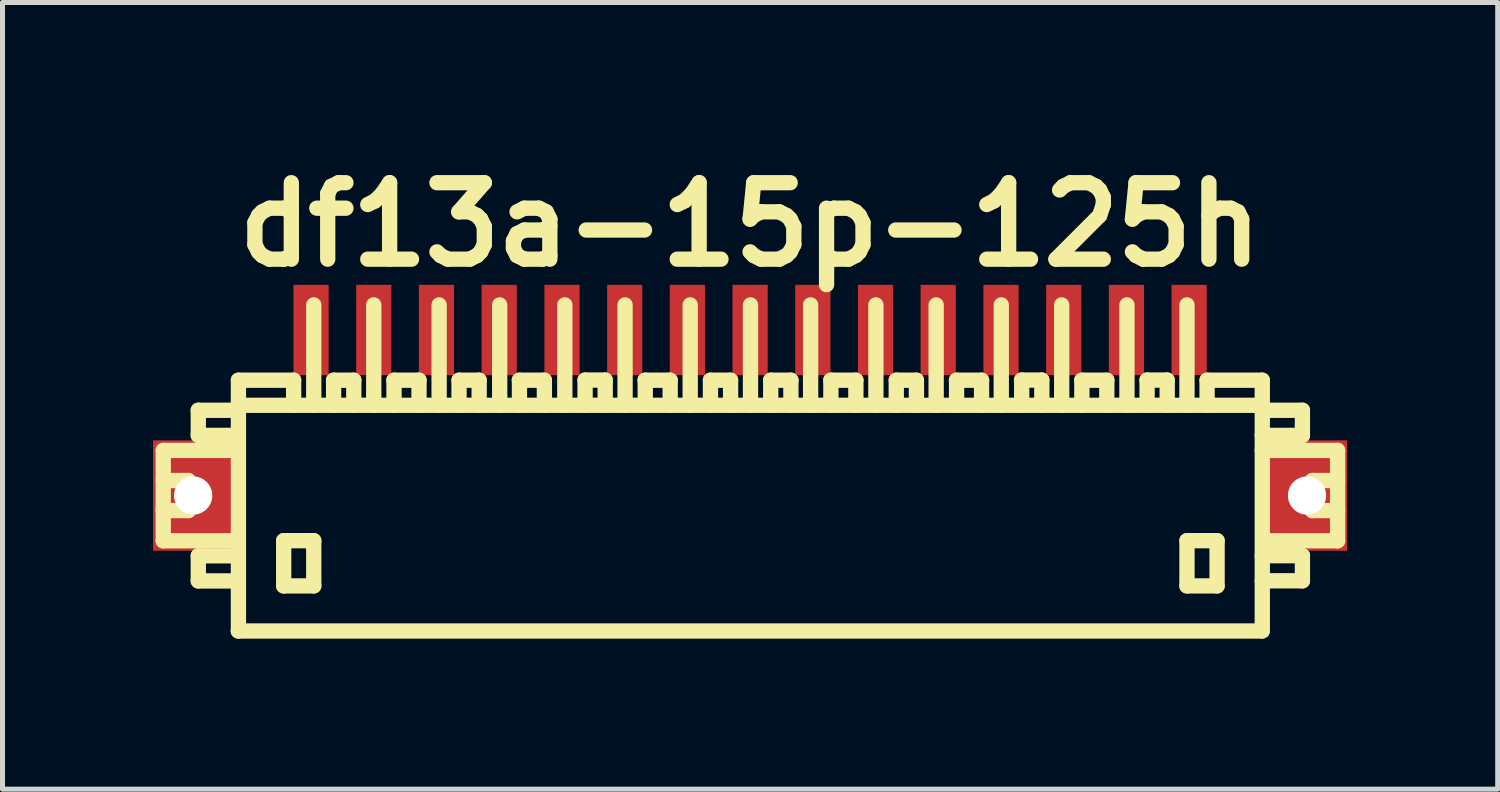
<source format=kicad_pcb>
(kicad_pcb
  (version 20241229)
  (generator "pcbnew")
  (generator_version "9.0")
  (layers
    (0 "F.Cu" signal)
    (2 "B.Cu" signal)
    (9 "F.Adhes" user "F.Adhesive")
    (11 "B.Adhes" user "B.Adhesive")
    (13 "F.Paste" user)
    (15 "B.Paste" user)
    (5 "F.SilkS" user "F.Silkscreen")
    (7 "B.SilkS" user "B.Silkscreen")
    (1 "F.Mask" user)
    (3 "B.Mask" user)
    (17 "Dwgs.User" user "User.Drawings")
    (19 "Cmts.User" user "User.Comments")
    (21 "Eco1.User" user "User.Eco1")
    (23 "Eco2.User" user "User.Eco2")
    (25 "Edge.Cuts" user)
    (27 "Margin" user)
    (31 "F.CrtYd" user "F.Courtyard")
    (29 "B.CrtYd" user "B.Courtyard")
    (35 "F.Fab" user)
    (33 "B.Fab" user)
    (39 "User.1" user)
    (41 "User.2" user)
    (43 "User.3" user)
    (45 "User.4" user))
  (footprint "df13a-15p-125h"
    (layer "F.Cu")
    (at 11.9 7.027)
    (property "Reference" "df13a-15p-125h" (at 0 -5.601 0) (layer "F.SilkS") (effects (font (size 1.524 1.524) (thickness 0.305))))
    (attr through_hole)
    (fp_line (start -11.697 -1.1) (end -11.697 0.701) (stroke (width 0.305) (type solid)) (layer "F.SilkS"))
    (fp_line (start -11.697 0.701) (end -10.198 0.701) (stroke (width 0.305) (type solid)) (layer "F.SilkS"))
    (fp_line (start -11.196 -0.5) (end -11.697 -0.5) (stroke (width 0.305) (type solid)) (layer "F.SilkS"))
    (fp_line (start -11.196 0.099) (end -11.697 0.099) (stroke (width 0.305) (type solid)) (layer "F.SilkS"))
    (fp_line (start -11.196 0.099) (end -11.196 -0.5) (stroke (width 0.305) (type solid)) (layer "F.SilkS"))
    (fp_line (start -10.998 -1.9) (end -10.998 -1.4) (stroke (width 0.305) (type solid)) (layer "F.SilkS"))
    (fp_line (start -10.998 -1.9) (end -10.198 -1.9) (stroke (width 0.305) (type solid)) (layer "F.SilkS"))
    (fp_line (start -10.998 1.001) (end -10.998 1.501) (stroke (width 0.305) (type solid)) (layer "F.SilkS"))
    (fp_line (start -10.998 1.501) (end -10.198 1.501) (stroke (width 0.305) (type solid)) (layer "F.SilkS"))
    (fp_line (start -10.201 -1.999) (end 10.201 -1.999) (stroke (width 0.305) (type solid)) (layer "F.SilkS"))
    (fp_line (start -10.198 -1.4) (end -10.998 -1.4) (stroke (width 0.305) (type solid)) (layer "F.SilkS"))
    (fp_line (start -10.198 -1.1) (end -11.697 -1.1) (stroke (width 0.305) (type solid)) (layer "F.SilkS"))
    (fp_line (start -10.198 1.001) (end -10.998 1.001) (stroke (width 0.305) (type solid)) (layer "F.SilkS"))
    (fp_line (start -10.198 2.499) (end -10.198 -2.499) (stroke (width 0.305) (type solid)) (layer "F.SilkS"))
    (fp_line (start -9.296 0.699) (end -9.296 1.6) (stroke (width 0.305) (type solid)) (layer "F.SilkS"))
    (fp_line (start -9.296 1.6) (end -8.697 1.6) (stroke (width 0.305) (type solid)) (layer "F.SilkS"))
    (fp_line (start -9.098 -2.499) (end -10.198 -2.499) (stroke (width 0.305) (type solid)) (layer "F.SilkS"))
    (fp_line (start -9.098 -2.499) (end -9.098 -1.999) (stroke (width 0.305) (type solid)) (layer "F.SilkS"))
    (fp_line (start -8.697 -4) (end -8.697 -1.999) (stroke (width 0.305) (type solid)) (layer "F.SilkS"))
    (fp_line (start -8.697 0.699) (end -9.296 0.699) (stroke (width 0.305) (type solid)) (layer "F.SilkS"))
    (fp_line (start -8.697 1.6) (end -8.697 0.699) (stroke (width 0.305) (type solid)) (layer "F.SilkS"))
    (fp_line (start -8.301 -2.499) (end -8.301 -1.999) (stroke (width 0.305) (type solid)) (layer "F.SilkS"))
    (fp_line (start -7.899 -2.499) (end -8.301 -2.499) (stroke (width 0.305) (type solid)) (layer "F.SilkS"))
    (fp_line (start -7.899 -2.499) (end -7.899 -1.999) (stroke (width 0.305) (type solid)) (layer "F.SilkS"))
    (fp_line (start -7.501 -1.999) (end -7.501 -4) (stroke (width 0.305) (type solid)) (layer "F.SilkS"))
    (fp_line (start -7.099 -2.499) (end -6.599 -2.499) (stroke (width 0.305) (type solid)) (layer "F.SilkS"))
    (fp_line (start -7.097 -1.999) (end -7.097 -2.499) (stroke (width 0.305) (type solid)) (layer "F.SilkS"))
    (fp_line (start -6.599 -2.499) (end -6.599 -1.999) (stroke (width 0.305) (type solid)) (layer "F.SilkS"))
    (fp_line (start -6.198 -1.999) (end -6.198 -4) (stroke (width 0.305) (type solid)) (layer "F.SilkS"))
    (fp_line (start -5.801 -2.499) (end -5.801 -1.999) (stroke (width 0.305) (type solid)) (layer "F.SilkS"))
    (fp_line (start -5.4 -2.499) (end -5.801 -2.499) (stroke (width 0.305) (type solid)) (layer "F.SilkS"))
    (fp_line (start -5.4 -2.499) (end -5.4 -1.999) (stroke (width 0.305) (type solid)) (layer "F.SilkS"))
    (fp_line (start -4.991 -1.999) (end -4.991 -4) (stroke (width 0.305) (type solid)) (layer "F.SilkS"))
    (fp_line (start -4.6 -2.499) (end -4.1 -2.499) (stroke (width 0.305) (type solid)) (layer "F.SilkS"))
    (fp_line (start -4.597 -1.999) (end -4.597 -2.499) (stroke (width 0.305) (type solid)) (layer "F.SilkS"))
    (fp_line (start -4.1 -2.499) (end -4.1 -1.999) (stroke (width 0.305) (type solid)) (layer "F.SilkS"))
    (fp_line (start -3.693 -1.999) (end -3.693 -4) (stroke (width 0.305) (type solid)) (layer "F.SilkS"))
    (fp_line (start -3.289 -2.502) (end -3.289 -2.002) (stroke (width 0.305) (type solid)) (layer "F.SilkS"))
    (fp_line (start -2.888 -2.502) (end -3.289 -2.502) (stroke (width 0.305) (type solid)) (layer "F.SilkS"))
    (fp_line (start -2.888 -2.502) (end -2.888 -2.002) (stroke (width 0.305) (type solid)) (layer "F.SilkS"))
    (fp_line (start -2.492 -1.999) (end -2.492 -4) (stroke (width 0.305) (type solid)) (layer "F.SilkS"))
    (fp_line (start -2.093 -2.499) (end -1.593 -2.499) (stroke (width 0.305) (type solid)) (layer "F.SilkS"))
    (fp_line (start -2.09 -1.999) (end -2.09 -2.499) (stroke (width 0.305) (type solid)) (layer "F.SilkS"))
    (fp_line (start -1.593 -2.499) (end -1.593 -1.999) (stroke (width 0.305) (type solid)) (layer "F.SilkS"))
    (fp_line (start -1.194 -1.999) (end -1.194 -4) (stroke (width 0.305) (type solid)) (layer "F.SilkS"))
    (fp_line (start -0.79 -2.499) (end -0.79 -1.999) (stroke (width 0.305) (type solid)) (layer "F.SilkS"))
    (fp_line (start -0.389 -2.499) (end -0.79 -2.499) (stroke (width 0.305) (type solid)) (layer "F.SilkS"))
    (fp_line (start -0.389 -2.499) (end -0.389 -1.999) (stroke (width 0.305) (type solid)) (layer "F.SilkS"))
    (fp_line (start 0.008 -1.999) (end 0.008 -4) (stroke (width 0.305) (type solid)) (layer "F.SilkS"))
    (fp_line (start 0.411 -2.499) (end 0.411 -1.999) (stroke (width 0.305) (type solid)) (layer "F.SilkS"))
    (fp_line (start 0.813 -2.499) (end 0.411 -2.499) (stroke (width 0.305) (type solid)) (layer "F.SilkS"))
    (fp_line (start 0.813 -2.499) (end 0.813 -1.999) (stroke (width 0.305) (type solid)) (layer "F.SilkS"))
    (fp_line (start 1.206 -1.999) (end 1.206 -4) (stroke (width 0.305) (type solid)) (layer "F.SilkS"))
    (fp_line (start 1.608 -2.499) (end 2.108 -2.499) (stroke (width 0.305) (type solid)) (layer "F.SilkS"))
    (fp_line (start 1.61 -1.999) (end 1.61 -2.499) (stroke (width 0.305) (type solid)) (layer "F.SilkS"))
    (fp_line (start 2.108 -2.499) (end 2.108 -1.999) (stroke (width 0.305) (type solid)) (layer "F.SilkS"))
    (fp_line (start 2.507 -1.999) (end 2.507 -4) (stroke (width 0.305) (type solid)) (layer "F.SilkS"))
    (fp_line (start 2.913 -2.499) (end 2.913 -1.999) (stroke (width 0.305) (type solid)) (layer "F.SilkS"))
    (fp_line (start 3.315 -2.499) (end 2.913 -2.499) (stroke (width 0.305) (type solid)) (layer "F.SilkS"))
    (fp_line (start 3.315 -2.499) (end 3.315 -1.999) (stroke (width 0.305) (type solid)) (layer "F.SilkS"))
    (fp_line (start 3.708 -1.999) (end 3.708 -4) (stroke (width 0.305) (type solid)) (layer "F.SilkS"))
    (fp_line (start 4.112 -2.499) (end 4.613 -2.499) (stroke (width 0.305) (type solid)) (layer "F.SilkS"))
    (fp_line (start 4.115 -1.999) (end 4.115 -2.499) (stroke (width 0.305) (type solid)) (layer "F.SilkS"))
    (fp_line (start 4.613 -2.499) (end 4.613 -1.999) (stroke (width 0.305) (type solid)) (layer "F.SilkS"))
    (fp_line (start 5.006 -1.999) (end 5.006 -4) (stroke (width 0.305) (type solid)) (layer "F.SilkS"))
    (fp_line (start 5.413 -2.502) (end 5.413 -2.002) (stroke (width 0.305) (type solid)) (layer "F.SilkS"))
    (fp_line (start 5.812 -2.502) (end 5.41 -2.502) (stroke (width 0.305) (type solid)) (layer "F.SilkS"))
    (fp_line (start 5.814 -2.502) (end 5.814 -2.002) (stroke (width 0.305) (type solid)) (layer "F.SilkS"))
    (fp_line (start 6.21 -1.999) (end 6.21 -4) (stroke (width 0.305) (type solid)) (layer "F.SilkS"))
    (fp_line (start 6.609 -2.499) (end 7.109 -2.499) (stroke (width 0.305) (type solid)) (layer "F.SilkS"))
    (fp_line (start 6.612 -1.999) (end 6.612 -2.499) (stroke (width 0.305) (type solid)) (layer "F.SilkS"))
    (fp_line (start 7.109 -2.499) (end 7.109 -1.999) (stroke (width 0.305) (type solid)) (layer "F.SilkS"))
    (fp_line (start 7.511 -1.999) (end 7.511 -4) (stroke (width 0.305) (type solid)) (layer "F.SilkS"))
    (fp_line (start 7.912 -2.502) (end 7.912 -2.002) (stroke (width 0.305) (type solid)) (layer "F.SilkS"))
    (fp_line (start 8.311 -2.502) (end 7.91 -2.502) (stroke (width 0.305) (type solid)) (layer "F.SilkS"))
    (fp_line (start 8.313 -2.502) (end 8.313 -2.002) (stroke (width 0.305) (type solid)) (layer "F.SilkS"))
    (fp_line (start 8.707 -1.999) (end 8.707 -4) (stroke (width 0.305) (type solid)) (layer "F.SilkS"))
    (fp_line (start 8.707 0.699) (end 9.307 0.699) (stroke (width 0.305) (type solid)) (layer "F.SilkS"))
    (fp_line (start 8.707 1.6) (end 8.707 0.699) (stroke (width 0.305) (type solid)) (layer "F.SilkS"))
    (fp_line (start 9.108 -2.499) (end 9.108 -1.999) (stroke (width 0.305) (type solid)) (layer "F.SilkS"))
    (fp_line (start 9.307 0.699) (end 9.307 1.6) (stroke (width 0.305) (type solid)) (layer "F.SilkS"))
    (fp_line (start 9.307 1.6) (end 8.707 1.6) (stroke (width 0.305) (type solid)) (layer "F.SilkS"))
    (fp_line (start 10.201 2.499) (end -10.201 2.499) (stroke (width 0.305) (type solid)) (layer "F.SilkS"))
    (fp_line (start 10.208 -2.499) (end 9.108 -2.499) (stroke (width 0.305) (type solid)) (layer "F.SilkS"))
    (fp_line (start 10.208 -2.499) (end 10.208 2.499) (stroke (width 0.305) (type solid)) (layer "F.SilkS"))
    (fp_line (start 10.208 -1.9) (end 11.008 -1.9) (stroke (width 0.305) (type solid)) (layer "F.SilkS"))
    (fp_line (start 10.208 0.998) (end 11.008 0.998) (stroke (width 0.305) (type solid)) (layer "F.SilkS"))
    (fp_line (start 11.008 -1.9) (end 11.008 -1.4) (stroke (width 0.305) (type solid)) (layer "F.SilkS"))
    (fp_line (start 11.008 -1.4) (end 10.208 -1.4) (stroke (width 0.305) (type solid)) (layer "F.SilkS"))
    (fp_line (start 11.008 0.998) (end 11.008 1.499) (stroke (width 0.305) (type solid)) (layer "F.SilkS"))
    (fp_line (start 11.008 1.499) (end 10.208 1.499) (stroke (width 0.305) (type solid)) (layer "F.SilkS"))
    (fp_line (start 11.209 0.099) (end 11.209 -0.5) (stroke (width 0.305) (type solid)) (layer "F.SilkS"))
    (fp_line (start 11.707 -1.1) (end 10.208 -1.1) (stroke (width 0.305) (type solid)) (layer "F.SilkS"))
    (fp_line (start 11.707 0.701) (end 10.307 0.701) (stroke (width 0.305) (type solid)) (layer "F.SilkS"))
    (fp_line (start 11.709 -1.1) (end 11.709 0.701) (stroke (width 0.305) (type solid)) (layer "F.SilkS"))
    (fp_line (start 11.709 -0.5) (end 11.209 -0.5) (stroke (width 0.305) (type solid)) (layer "F.SilkS"))
    (fp_line (start 11.709 0.099) (end 11.209 0.099) (stroke (width 0.305) (type solid)) (layer "F.SilkS"))
    (pad "" np_thru_hole rect (at -11.1 -0.201) (size 1.6 2.2) (drill 0.762) (layers "F.Cu" "F.Mask" "F.Paste"))
    (pad "" np_thru_hole rect (at 11.1 -0.201) (size 1.6 2.2) (drill 0.762) (layers "F.Cu" "F.Mask" "F.Paste"))
    (pad "1" smd rect (at 8.75 -3.5) (size 0.701 1.801) (layers "F.Cu" "F.Mask" "F.Paste"))
    (pad "2" smd rect (at 7.501 -3.5) (size 0.701 1.801) (layers "F.Cu" "F.Mask" "F.Paste"))
    (pad "3" smd rect (at 6.251 -3.5) (size 0.701 1.801) (layers "F.Cu" "F.Mask" "F.Paste"))
    (pad "4" smd rect (at 5.001 -3.5) (size 0.701 1.801) (layers "F.Cu" "F.Mask" "F.Paste"))
    (pad "5" smd rect (at 3.749 -3.5) (size 0.701 1.801) (layers "F.Cu" "F.Mask" "F.Paste"))
    (pad "6" smd rect (at 2.499 -3.5) (size 0.701 1.801) (layers "F.Cu" "F.Mask" "F.Paste"))
    (pad "7" smd rect (at 1.25 -3.5) (size 0.701 1.801) (layers "F.Cu" "F.Mask" "F.Paste"))
    (pad "8" smd rect (at 0 -3.5) (size 0.701 1.801) (layers "F.Cu" "F.Mask" "F.Paste"))
    (pad "9" smd rect (at -1.25 -3.5) (size 0.701 1.801) (layers "F.Cu" "F.Mask" "F.Paste"))
    (pad "10" smd rect (at -2.499 -3.5) (size 0.701 1.801) (layers "F.Cu" "F.Mask" "F.Paste"))
    (pad "11" smd rect (at -3.749 -3.5) (size 0.701 1.801) (layers "F.Cu" "F.Mask" "F.Paste"))
    (pad "12" smd rect (at -5.001 -3.5) (size 0.701 1.801) (layers "F.Cu" "F.Mask" "F.Paste"))
    (pad "13" smd rect (at -6.251 -3.5) (size 0.701 1.801) (layers "F.Cu" "F.Mask" "F.Paste"))
    (pad "14" smd rect (at -7.501 -3.5) (size 0.701 1.801) (layers "F.Cu" "F.Mask" "F.Paste"))
    (pad "15" smd rect (at -8.75 -3.5) (size 0.701 1.801) (layers "F.Cu" "F.Mask" "F.Paste")))
  (gr_rect
    (start -3 -3)
    (end 26.8 12.679)
    (stroke (width 0.1) (type default))
    (fill no)
    (layer "Edge.Cuts")))
</source>
